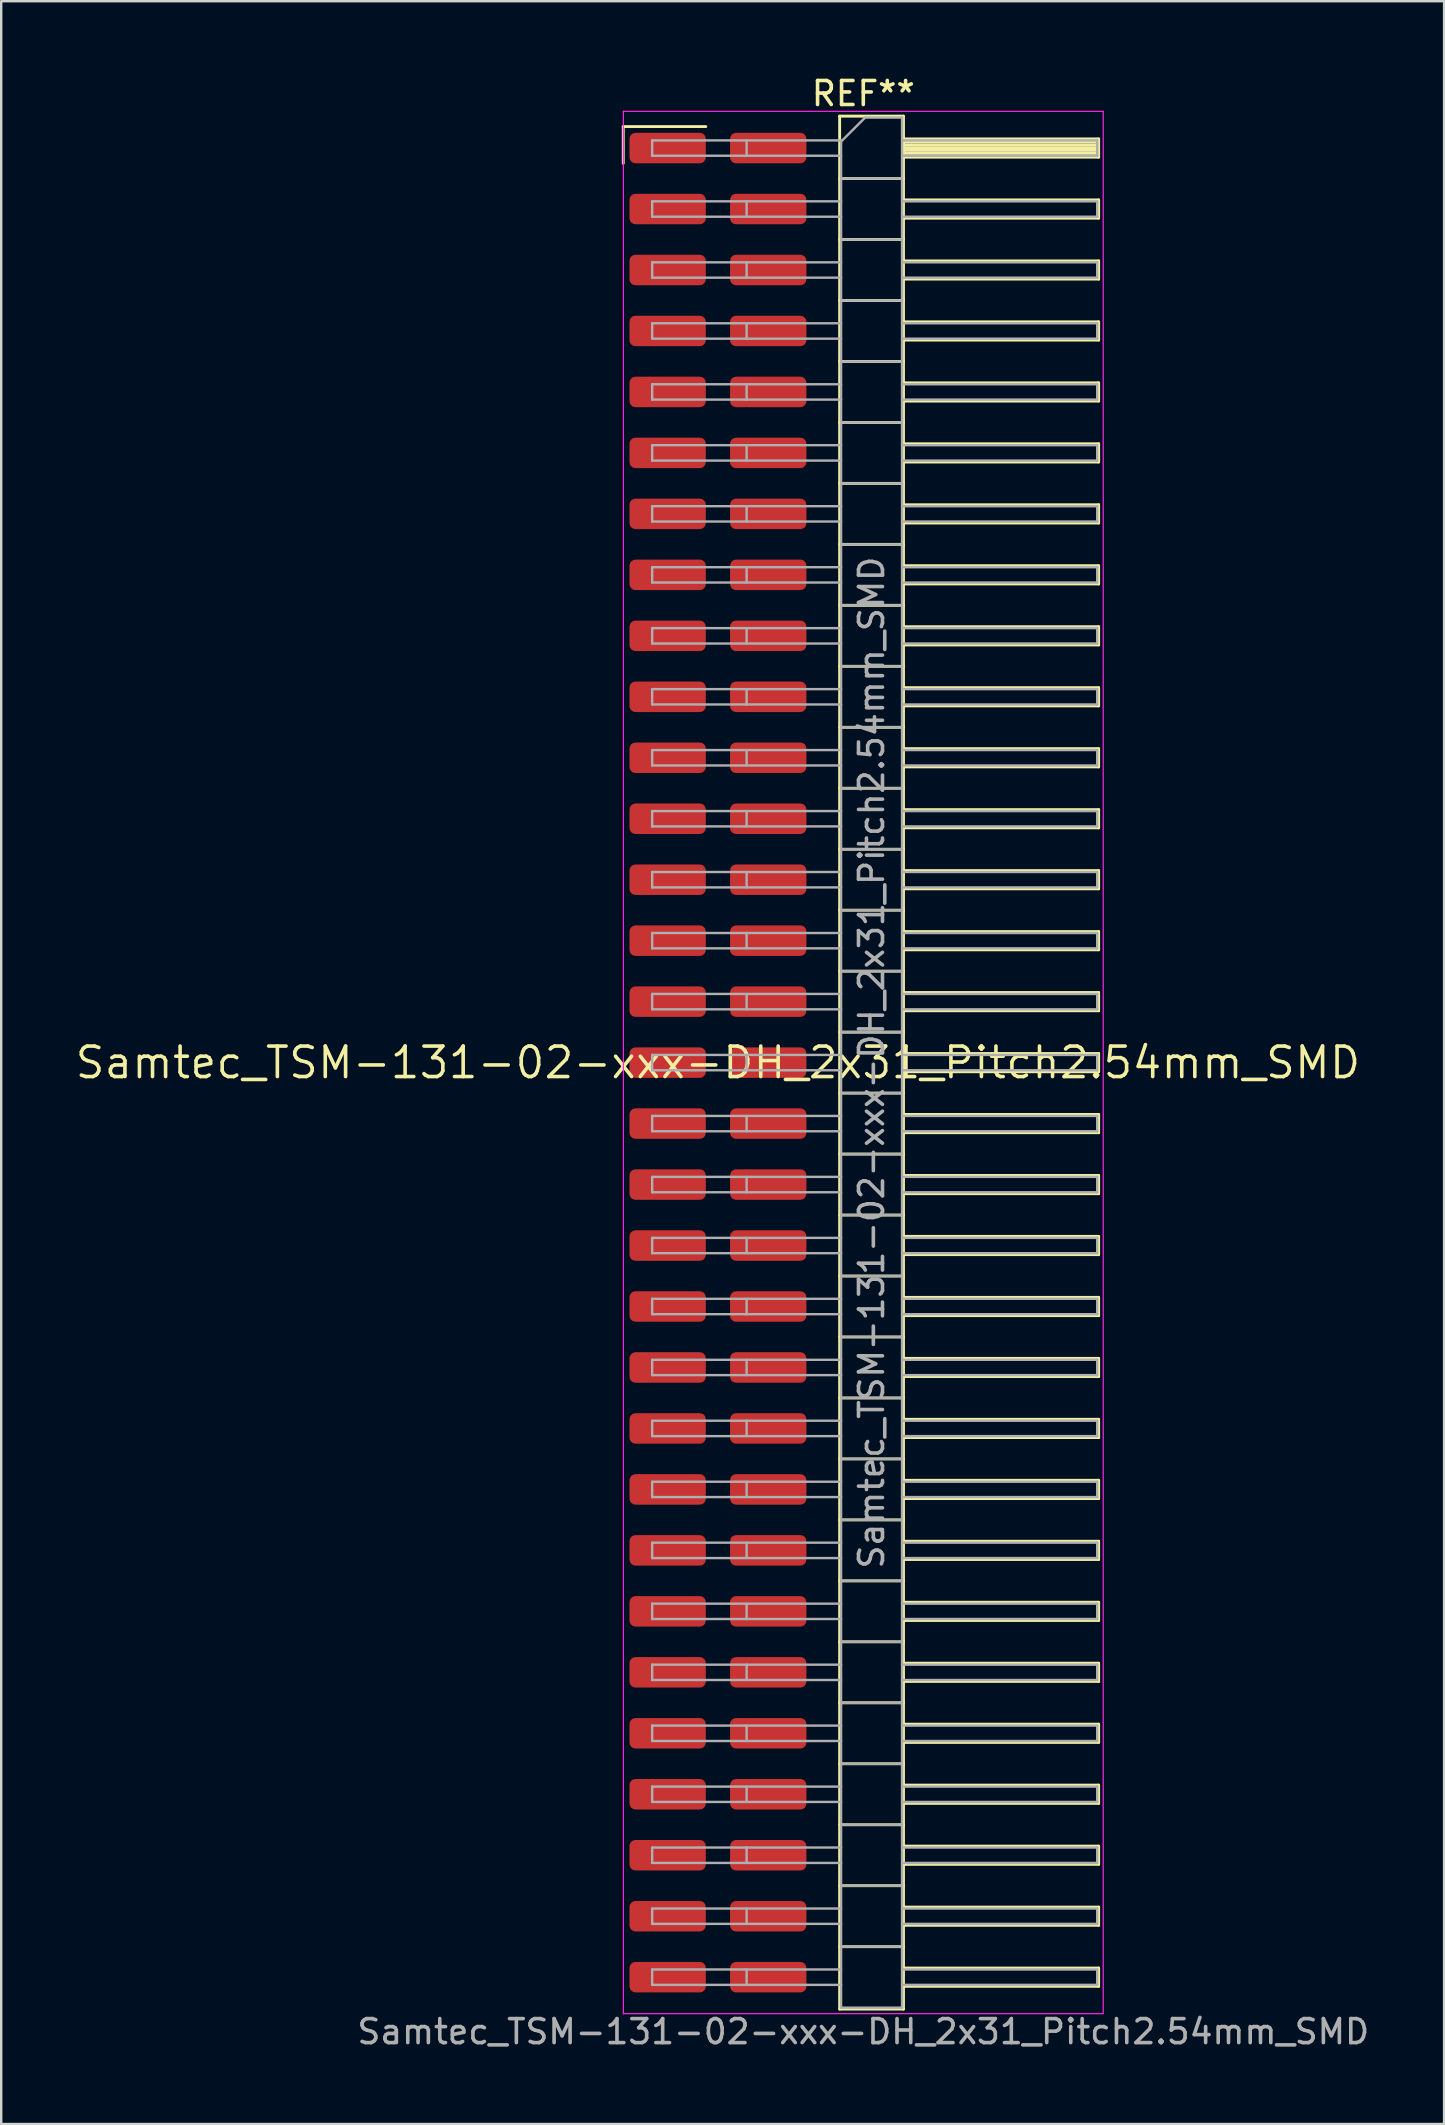
<source format=kicad_pcb>
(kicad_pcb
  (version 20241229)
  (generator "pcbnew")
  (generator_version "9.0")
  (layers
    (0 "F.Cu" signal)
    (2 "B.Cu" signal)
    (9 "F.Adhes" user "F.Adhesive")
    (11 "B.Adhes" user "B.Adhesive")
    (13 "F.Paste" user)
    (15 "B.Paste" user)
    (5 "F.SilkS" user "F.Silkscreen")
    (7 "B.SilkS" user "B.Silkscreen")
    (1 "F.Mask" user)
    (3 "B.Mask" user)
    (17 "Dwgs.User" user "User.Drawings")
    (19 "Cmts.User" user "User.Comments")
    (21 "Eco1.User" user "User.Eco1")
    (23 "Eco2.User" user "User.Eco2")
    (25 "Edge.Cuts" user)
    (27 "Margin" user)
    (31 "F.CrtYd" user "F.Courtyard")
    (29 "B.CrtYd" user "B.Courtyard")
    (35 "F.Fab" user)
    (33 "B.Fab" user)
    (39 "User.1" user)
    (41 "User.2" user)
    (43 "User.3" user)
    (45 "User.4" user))
  (footprint "Samtec_TSM-131-02-xxx-DH_2x31_Pitch2.54mm_SMD"
    (layer "F.Cu")
    (at 26.859 41.218)
    (property "Reference" "Samtec_TSM-131-02-xxx-DH_2x31_Pitch2.54mm_SMD" (at 0 0 0) (layer "F.SilkS") (effects (font (size 1.27 1.27) (thickness 0.15))))
    (attr smd)
    (fp_line (start -3.945 -38.995) (end -0.505 -38.995) (stroke (width 0.12) (type solid)) (layer "F.SilkS"))
    (fp_line (start -3.945 -37.465) (end -3.945 -38.995) (stroke (width 0.12) (type solid)) (layer "F.SilkS"))
    (fp_line (start 5.07 -39.43) (end 7.73 -39.43) (stroke (width 0.12) (type solid)) (layer "F.SilkS"))
    (fp_line (start 5.07 -36.83) (end 7.73 -36.83) (stroke (width 0.12) (type solid)) (layer "F.SilkS"))
    (fp_line (start 5.07 -34.29) (end 7.73 -34.29) (stroke (width 0.12) (type solid)) (layer "F.SilkS"))
    (fp_line (start 5.07 -31.75) (end 7.73 -31.75) (stroke (width 0.12) (type solid)) (layer "F.SilkS"))
    (fp_line (start 5.07 -29.21) (end 7.73 -29.21) (stroke (width 0.12) (type solid)) (layer "F.SilkS"))
    (fp_line (start 5.07 -26.67) (end 7.73 -26.67) (stroke (width 0.12) (type solid)) (layer "F.SilkS"))
    (fp_line (start 5.07 -24.13) (end 7.73 -24.13) (stroke (width 0.12) (type solid)) (layer "F.SilkS"))
    (fp_line (start 5.07 -21.59) (end 7.73 -21.59) (stroke (width 0.12) (type solid)) (layer "F.SilkS"))
    (fp_line (start 5.07 -19.05) (end 7.73 -19.05) (stroke (width 0.12) (type solid)) (layer "F.SilkS"))
    (fp_line (start 5.07 -16.51) (end 7.73 -16.51) (stroke (width 0.12) (type solid)) (layer "F.SilkS"))
    (fp_line (start 5.07 -13.97) (end 7.73 -13.97) (stroke (width 0.12) (type solid)) (layer "F.SilkS"))
    (fp_line (start 5.07 -11.43) (end 7.73 -11.43) (stroke (width 0.12) (type solid)) (layer "F.SilkS"))
    (fp_line (start 5.07 -8.89) (end 7.73 -8.89) (stroke (width 0.12) (type solid)) (layer "F.SilkS"))
    (fp_line (start 5.07 -6.35) (end 7.73 -6.35) (stroke (width 0.12) (type solid)) (layer "F.SilkS"))
    (fp_line (start 5.07 -3.81) (end 7.73 -3.81) (stroke (width 0.12) (type solid)) (layer "F.SilkS"))
    (fp_line (start 5.07 -1.27) (end 7.73 -1.27) (stroke (width 0.12) (type solid)) (layer "F.SilkS"))
    (fp_line (start 5.07 1.27) (end 7.73 1.27) (stroke (width 0.12) (type solid)) (layer "F.SilkS"))
    (fp_line (start 5.07 3.81) (end 7.73 3.81) (stroke (width 0.12) (type solid)) (layer "F.SilkS"))
    (fp_line (start 5.07 6.35) (end 7.73 6.35) (stroke (width 0.12) (type solid)) (layer "F.SilkS"))
    (fp_line (start 5.07 8.89) (end 7.73 8.89) (stroke (width 0.12) (type solid)) (layer "F.SilkS"))
    (fp_line (start 5.07 11.43) (end 7.73 11.43) (stroke (width 0.12) (type solid)) (layer "F.SilkS"))
    (fp_line (start 5.07 13.97) (end 7.73 13.97) (stroke (width 0.12) (type solid)) (layer "F.SilkS"))
    (fp_line (start 5.07 16.51) (end 7.73 16.51) (stroke (width 0.12) (type solid)) (layer "F.SilkS"))
    (fp_line (start 5.07 19.05) (end 7.73 19.05) (stroke (width 0.12) (type solid)) (layer "F.SilkS"))
    (fp_line (start 5.07 21.59) (end 7.73 21.59) (stroke (width 0.12) (type solid)) (layer "F.SilkS"))
    (fp_line (start 5.07 24.13) (end 7.73 24.13) (stroke (width 0.12) (type solid)) (layer "F.SilkS"))
    (fp_line (start 5.07 26.67) (end 7.73 26.67) (stroke (width 0.12) (type solid)) (layer "F.SilkS"))
    (fp_line (start 5.07 29.21) (end 7.73 29.21) (stroke (width 0.12) (type solid)) (layer "F.SilkS"))
    (fp_line (start 5.07 31.75) (end 7.73 31.75) (stroke (width 0.12) (type solid)) (layer "F.SilkS"))
    (fp_line (start 5.07 34.29) (end 7.73 34.29) (stroke (width 0.12) (type solid)) (layer "F.SilkS"))
    (fp_line (start 5.07 36.83) (end 7.73 36.83) (stroke (width 0.12) (type solid)) (layer "F.SilkS"))
    (fp_line (start 5.07 39.43) (end 5.07 -39.43) (stroke (width 0.12) (type solid)) (layer "F.SilkS"))
    (fp_line (start 7.73 -39.43) (end 7.73 39.43) (stroke (width 0.12) (type solid)) (layer "F.SilkS"))
    (fp_line (start 7.73 -38.48) (end 15.86 -38.48) (stroke (width 0.12) (type solid)) (layer "F.SilkS"))
    (fp_line (start 7.73 -38.36) (end 15.86 -38.36) (stroke (width 0.12) (type solid)) (layer "F.SilkS"))
    (fp_line (start 7.73 -38.24) (end 15.86 -38.24) (stroke (width 0.12) (type solid)) (layer "F.SilkS"))
    (fp_line (start 7.73 -38.12) (end 15.86 -38.12) (stroke (width 0.12) (type solid)) (layer "F.SilkS"))
    (fp_line (start 7.73 -38) (end 15.86 -38) (stroke (width 0.12) (type solid)) (layer "F.SilkS"))
    (fp_line (start 7.73 -37.88) (end 15.86 -37.88) (stroke (width 0.12) (type solid)) (layer "F.SilkS"))
    (fp_line (start 7.73 -37.76) (end 15.86 -37.76) (stroke (width 0.12) (type solid)) (layer "F.SilkS"))
    (fp_line (start 7.73 -37.72) (end 15.86 -37.72) (stroke (width 0.12) (type solid)) (layer "F.SilkS"))
    (fp_line (start 7.73 -35.94) (end 15.86 -35.94) (stroke (width 0.12) (type solid)) (layer "F.SilkS"))
    (fp_line (start 7.73 -35.18) (end 15.86 -35.18) (stroke (width 0.12) (type solid)) (layer "F.SilkS"))
    (fp_line (start 7.73 -33.4) (end 15.86 -33.4) (stroke (width 0.12) (type solid)) (layer "F.SilkS"))
    (fp_line (start 7.73 -32.64) (end 15.86 -32.64) (stroke (width 0.12) (type solid)) (layer "F.SilkS"))
    (fp_line (start 7.73 -30.86) (end 15.86 -30.86) (stroke (width 0.12) (type solid)) (layer "F.SilkS"))
    (fp_line (start 7.73 -30.1) (end 15.86 -30.1) (stroke (width 0.12) (type solid)) (layer "F.SilkS"))
    (fp_line (start 7.73 -28.32) (end 15.86 -28.32) (stroke (width 0.12) (type solid)) (layer "F.SilkS"))
    (fp_line (start 7.73 -27.56) (end 15.86 -27.56) (stroke (width 0.12) (type solid)) (layer "F.SilkS"))
    (fp_line (start 7.73 -25.78) (end 15.86 -25.78) (stroke (width 0.12) (type solid)) (layer "F.SilkS"))
    (fp_line (start 7.73 -25.02) (end 15.86 -25.02) (stroke (width 0.12) (type solid)) (layer "F.SilkS"))
    (fp_line (start 7.73 -23.24) (end 15.86 -23.24) (stroke (width 0.12) (type solid)) (layer "F.SilkS"))
    (fp_line (start 7.73 -22.48) (end 15.86 -22.48) (stroke (width 0.12) (type solid)) (layer "F.SilkS"))
    (fp_line (start 7.73 -20.7) (end 15.86 -20.7) (stroke (width 0.12) (type solid)) (layer "F.SilkS"))
    (fp_line (start 7.73 -19.94) (end 15.86 -19.94) (stroke (width 0.12) (type solid)) (layer "F.SilkS"))
    (fp_line (start 7.73 -18.16) (end 15.86 -18.16) (stroke (width 0.12) (type solid)) (layer "F.SilkS"))
    (fp_line (start 7.73 -17.4) (end 15.86 -17.4) (stroke (width 0.12) (type solid)) (layer "F.SilkS"))
    (fp_line (start 7.73 -15.62) (end 15.86 -15.62) (stroke (width 0.12) (type solid)) (layer "F.SilkS"))
    (fp_line (start 7.73 -14.86) (end 15.86 -14.86) (stroke (width 0.12) (type solid)) (layer "F.SilkS"))
    (fp_line (start 7.73 -13.08) (end 15.86 -13.08) (stroke (width 0.12) (type solid)) (layer "F.SilkS"))
    (fp_line (start 7.73 -12.32) (end 15.86 -12.32) (stroke (width 0.12) (type solid)) (layer "F.SilkS"))
    (fp_line (start 7.73 -10.54) (end 15.86 -10.54) (stroke (width 0.12) (type solid)) (layer "F.SilkS"))
    (fp_line (start 7.73 -9.78) (end 15.86 -9.78) (stroke (width 0.12) (type solid)) (layer "F.SilkS"))
    (fp_line (start 7.73 -8) (end 15.86 -8) (stroke (width 0.12) (type solid)) (layer "F.SilkS"))
    (fp_line (start 7.73 -7.24) (end 15.86 -7.24) (stroke (width 0.12) (type solid)) (layer "F.SilkS"))
    (fp_line (start 7.73 -5.46) (end 15.86 -5.46) (stroke (width 0.12) (type solid)) (layer "F.SilkS"))
    (fp_line (start 7.73 -4.7) (end 15.86 -4.7) (stroke (width 0.12) (type solid)) (layer "F.SilkS"))
    (fp_line (start 7.73 -2.92) (end 15.86 -2.92) (stroke (width 0.12) (type solid)) (layer "F.SilkS"))
    (fp_line (start 7.73 -2.16) (end 15.86 -2.16) (stroke (width 0.12) (type solid)) (layer "F.SilkS"))
    (fp_line (start 7.73 -0.38) (end 15.86 -0.38) (stroke (width 0.12) (type solid)) (layer "F.SilkS"))
    (fp_line (start 7.73 0.38) (end 15.86 0.38) (stroke (width 0.12) (type solid)) (layer "F.SilkS"))
    (fp_line (start 7.73 2.16) (end 15.86 2.16) (stroke (width 0.12) (type solid)) (layer "F.SilkS"))
    (fp_line (start 7.73 2.92) (end 15.86 2.92) (stroke (width 0.12) (type solid)) (layer "F.SilkS"))
    (fp_line (start 7.73 4.7) (end 15.86 4.7) (stroke (width 0.12) (type solid)) (layer "F.SilkS"))
    (fp_line (start 7.73 5.46) (end 15.86 5.46) (stroke (width 0.12) (type solid)) (layer "F.SilkS"))
    (fp_line (start 7.73 7.24) (end 15.86 7.24) (stroke (width 0.12) (type solid)) (layer "F.SilkS"))
    (fp_line (start 7.73 8) (end 15.86 8) (stroke (width 0.12) (type solid)) (layer "F.SilkS"))
    (fp_line (start 7.73 9.78) (end 15.86 9.78) (stroke (width 0.12) (type solid)) (layer "F.SilkS"))
    (fp_line (start 7.73 10.54) (end 15.86 10.54) (stroke (width 0.12) (type solid)) (layer "F.SilkS"))
    (fp_line (start 7.73 12.32) (end 15.86 12.32) (stroke (width 0.12) (type solid)) (layer "F.SilkS"))
    (fp_line (start 7.73 13.08) (end 15.86 13.08) (stroke (width 0.12) (type solid)) (layer "F.SilkS"))
    (fp_line (start 7.73 14.86) (end 15.86 14.86) (stroke (width 0.12) (type solid)) (layer "F.SilkS"))
    (fp_line (start 7.73 15.62) (end 15.86 15.62) (stroke (width 0.12) (type solid)) (layer "F.SilkS"))
    (fp_line (start 7.73 17.4) (end 15.86 17.4) (stroke (width 0.12) (type solid)) (layer "F.SilkS"))
    (fp_line (start 7.73 18.16) (end 15.86 18.16) (stroke (width 0.12) (type solid)) (layer "F.SilkS"))
    (fp_line (start 7.73 19.94) (end 15.86 19.94) (stroke (width 0.12) (type solid)) (layer "F.SilkS"))
    (fp_line (start 7.73 20.7) (end 15.86 20.7) (stroke (width 0.12) (type solid)) (layer "F.SilkS"))
    (fp_line (start 7.73 22.48) (end 15.86 22.48) (stroke (width 0.12) (type solid)) (layer "F.SilkS"))
    (fp_line (start 7.73 23.24) (end 15.86 23.24) (stroke (width 0.12) (type solid)) (layer "F.SilkS"))
    (fp_line (start 7.73 25.02) (end 15.86 25.02) (stroke (width 0.12) (type solid)) (layer "F.SilkS"))
    (fp_line (start 7.73 25.78) (end 15.86 25.78) (stroke (width 0.12) (type solid)) (layer "F.SilkS"))
    (fp_line (start 7.73 27.56) (end 15.86 27.56) (stroke (width 0.12) (type solid)) (layer "F.SilkS"))
    (fp_line (start 7.73 28.32) (end 15.86 28.32) (stroke (width 0.12) (type solid)) (layer "F.SilkS"))
    (fp_line (start 7.73 30.1) (end 15.86 30.1) (stroke (width 0.12) (type solid)) (layer "F.SilkS"))
    (fp_line (start 7.73 30.86) (end 15.86 30.86) (stroke (width 0.12) (type solid)) (layer "F.SilkS"))
    (fp_line (start 7.73 32.64) (end 15.86 32.64) (stroke (width 0.12) (type solid)) (layer "F.SilkS"))
    (fp_line (start 7.73 33.4) (end 15.86 33.4) (stroke (width 0.12) (type solid)) (layer "F.SilkS"))
    (fp_line (start 7.73 35.18) (end 15.86 35.18) (stroke (width 0.12) (type solid)) (layer "F.SilkS"))
    (fp_line (start 7.73 35.94) (end 15.86 35.94) (stroke (width 0.12) (type solid)) (layer "F.SilkS"))
    (fp_line (start 7.73 37.72) (end 15.86 37.72) (stroke (width 0.12) (type solid)) (layer "F.SilkS"))
    (fp_line (start 7.73 38.48) (end 15.86 38.48) (stroke (width 0.12) (type solid)) (layer "F.SilkS"))
    (fp_line (start 7.73 39.43) (end 5.07 39.43) (stroke (width 0.12) (type solid)) (layer "F.SilkS"))
    (fp_line (start 15.86 -38.48) (end 15.86 -37.72) (stroke (width 0.12) (type solid)) (layer "F.SilkS"))
    (fp_line (start 15.86 -35.94) (end 15.86 -35.18) (stroke (width 0.12) (type solid)) (layer "F.SilkS"))
    (fp_line (start 15.86 -33.4) (end 15.86 -32.64) (stroke (width 0.12) (type solid)) (layer "F.SilkS"))
    (fp_line (start 15.86 -30.86) (end 15.86 -30.1) (stroke (width 0.12) (type solid)) (layer "F.SilkS"))
    (fp_line (start 15.86 -28.32) (end 15.86 -27.56) (stroke (width 0.12) (type solid)) (layer "F.SilkS"))
    (fp_line (start 15.86 -25.78) (end 15.86 -25.02) (stroke (width 0.12) (type solid)) (layer "F.SilkS"))
    (fp_line (start 15.86 -23.24) (end 15.86 -22.48) (stroke (width 0.12) (type solid)) (layer "F.SilkS"))
    (fp_line (start 15.86 -20.7) (end 15.86 -19.94) (stroke (width 0.12) (type solid)) (layer "F.SilkS"))
    (fp_line (start 15.86 -18.16) (end 15.86 -17.4) (stroke (width 0.12) (type solid)) (layer "F.SilkS"))
    (fp_line (start 15.86 -15.62) (end 15.86 -14.86) (stroke (width 0.12) (type solid)) (layer "F.SilkS"))
    (fp_line (start 15.86 -13.08) (end 15.86 -12.32) (stroke (width 0.12) (type solid)) (layer "F.SilkS"))
    (fp_line (start 15.86 -10.54) (end 15.86 -9.78) (stroke (width 0.12) (type solid)) (layer "F.SilkS"))
    (fp_line (start 15.86 -8) (end 15.86 -7.24) (stroke (width 0.12) (type solid)) (layer "F.SilkS"))
    (fp_line (start 15.86 -5.46) (end 15.86 -4.7) (stroke (width 0.12) (type solid)) (layer "F.SilkS"))
    (fp_line (start 15.86 -2.92) (end 15.86 -2.16) (stroke (width 0.12) (type solid)) (layer "F.SilkS"))
    (fp_line (start 15.86 -0.38) (end 15.86 0.38) (stroke (width 0.12) (type solid)) (layer "F.SilkS"))
    (fp_line (start 15.86 2.16) (end 15.86 2.92) (stroke (width 0.12) (type solid)) (layer "F.SilkS"))
    (fp_line (start 15.86 4.7) (end 15.86 5.46) (stroke (width 0.12) (type solid)) (layer "F.SilkS"))
    (fp_line (start 15.86 7.24) (end 15.86 8) (stroke (width 0.12) (type solid)) (layer "F.SilkS"))
    (fp_line (start 15.86 9.78) (end 15.86 10.54) (stroke (width 0.12) (type solid)) (layer "F.SilkS"))
    (fp_line (start 15.86 12.32) (end 15.86 13.08) (stroke (width 0.12) (type solid)) (layer "F.SilkS"))
    (fp_line (start 15.86 14.86) (end 15.86 15.62) (stroke (width 0.12) (type solid)) (layer "F.SilkS"))
    (fp_line (start 15.86 17.4) (end 15.86 18.16) (stroke (width 0.12) (type solid)) (layer "F.SilkS"))
    (fp_line (start 15.86 19.94) (end 15.86 20.7) (stroke (width 0.12) (type solid)) (layer "F.SilkS"))
    (fp_line (start 15.86 22.48) (end 15.86 23.24) (stroke (width 0.12) (type solid)) (layer "F.SilkS"))
    (fp_line (start 15.86 25.02) (end 15.86 25.78) (stroke (width 0.12) (type solid)) (layer "F.SilkS"))
    (fp_line (start 15.86 27.56) (end 15.86 28.32) (stroke (width 0.12) (type solid)) (layer "F.SilkS"))
    (fp_line (start 15.86 30.1) (end 15.86 30.86) (stroke (width 0.12) (type solid)) (layer "F.SilkS"))
    (fp_line (start 15.86 32.64) (end 15.86 33.4) (stroke (width 0.12) (type solid)) (layer "F.SilkS"))
    (fp_line (start 15.86 35.18) (end 15.86 35.94) (stroke (width 0.12) (type solid)) (layer "F.SilkS"))
    (fp_line (start 15.86 37.72) (end 15.86 38.48) (stroke (width 0.12) (type solid)) (layer "F.SilkS"))
    (fp_line (start -3.94 -39.63) (end 16.05 -39.63) (stroke (width 0.05) (type solid)) (layer "F.CrtYd"))
    (fp_line (start -3.94 39.62) (end -3.94 -39.63) (stroke (width 0.05) (type solid)) (layer "F.CrtYd"))
    (fp_line (start 16.05 -39.63) (end 16.05 39.62) (stroke (width 0.05) (type solid)) (layer "F.CrtYd"))
    (fp_line (start 16.05 39.62) (end -3.94 39.62) (stroke (width 0.05) (type solid)) (layer "F.CrtYd"))
    (fp_line (start -2.74 -38.42) (end -2.74 -37.78) (stroke (width 0.1) (type solid)) (layer "F.Fab"))
    (fp_line (start -2.74 -38.42) (end 5.13 -38.42) (stroke (width 0.1) (type solid)) (layer "F.Fab"))
    (fp_line (start -2.74 -37.78) (end 5.13 -37.78) (stroke (width 0.1) (type solid)) (layer "F.Fab"))
    (fp_line (start -2.74 -35.88) (end -2.74 -35.24) (stroke (width 0.1) (type solid)) (layer "F.Fab"))
    (fp_line (start -2.74 -35.88) (end 5.13 -35.88) (stroke (width 0.1) (type solid)) (layer "F.Fab"))
    (fp_line (start -2.74 -35.24) (end 5.13 -35.24) (stroke (width 0.1) (type solid)) (layer "F.Fab"))
    (fp_line (start -2.74 -33.34) (end -2.74 -32.7) (stroke (width 0.1) (type solid)) (layer "F.Fab"))
    (fp_line (start -2.74 -33.34) (end 5.13 -33.34) (stroke (width 0.1) (type solid)) (layer "F.Fab"))
    (fp_line (start -2.74 -32.7) (end 5.13 -32.7) (stroke (width 0.1) (type solid)) (layer "F.Fab"))
    (fp_line (start -2.74 -30.8) (end -2.74 -30.16) (stroke (width 0.1) (type solid)) (layer "F.Fab"))
    (fp_line (start -2.74 -30.8) (end 5.13 -30.8) (stroke (width 0.1) (type solid)) (layer "F.Fab"))
    (fp_line (start -2.74 -30.16) (end 5.13 -30.16) (stroke (width 0.1) (type solid)) (layer "F.Fab"))
    (fp_line (start -2.74 -28.26) (end -2.74 -27.62) (stroke (width 0.1) (type solid)) (layer "F.Fab"))
    (fp_line (start -2.74 -28.26) (end 5.13 -28.26) (stroke (width 0.1) (type solid)) (layer "F.Fab"))
    (fp_line (start -2.74 -27.62) (end 5.13 -27.62) (stroke (width 0.1) (type solid)) (layer "F.Fab"))
    (fp_line (start -2.74 -25.72) (end -2.74 -25.08) (stroke (width 0.1) (type solid)) (layer "F.Fab"))
    (fp_line (start -2.74 -25.72) (end 5.13 -25.72) (stroke (width 0.1) (type solid)) (layer "F.Fab"))
    (fp_line (start -2.74 -25.08) (end 5.13 -25.08) (stroke (width 0.1) (type solid)) (layer "F.Fab"))
    (fp_line (start -2.74 -23.18) (end -2.74 -22.54) (stroke (width 0.1) (type solid)) (layer "F.Fab"))
    (fp_line (start -2.74 -23.18) (end 5.13 -23.18) (stroke (width 0.1) (type solid)) (layer "F.Fab"))
    (fp_line (start -2.74 -22.54) (end 5.13 -22.54) (stroke (width 0.1) (type solid)) (layer "F.Fab"))
    (fp_line (start -2.74 -20.64) (end -2.74 -20) (stroke (width 0.1) (type solid)) (layer "F.Fab"))
    (fp_line (start -2.74 -20.64) (end 5.13 -20.64) (stroke (width 0.1) (type solid)) (layer "F.Fab"))
    (fp_line (start -2.74 -20) (end 5.13 -20) (stroke (width 0.1) (type solid)) (layer "F.Fab"))
    (fp_line (start -2.74 -18.1) (end -2.74 -17.46) (stroke (width 0.1) (type solid)) (layer "F.Fab"))
    (fp_line (start -2.74 -18.1) (end 5.13 -18.1) (stroke (width 0.1) (type solid)) (layer "F.Fab"))
    (fp_line (start -2.74 -17.46) (end 5.13 -17.46) (stroke (width 0.1) (type solid)) (layer "F.Fab"))
    (fp_line (start -2.74 -15.56) (end -2.74 -14.92) (stroke (width 0.1) (type solid)) (layer "F.Fab"))
    (fp_line (start -2.74 -15.56) (end 5.13 -15.56) (stroke (width 0.1) (type solid)) (layer "F.Fab"))
    (fp_line (start -2.74 -14.92) (end 5.13 -14.92) (stroke (width 0.1) (type solid)) (layer "F.Fab"))
    (fp_line (start -2.74 -13.02) (end -2.74 -12.38) (stroke (width 0.1) (type solid)) (layer "F.Fab"))
    (fp_line (start -2.74 -13.02) (end 5.13 -13.02) (stroke (width 0.1) (type solid)) (layer "F.Fab"))
    (fp_line (start -2.74 -12.38) (end 5.13 -12.38) (stroke (width 0.1) (type solid)) (layer "F.Fab"))
    (fp_line (start -2.74 -10.48) (end -2.74 -9.84) (stroke (width 0.1) (type solid)) (layer "F.Fab"))
    (fp_line (start -2.74 -10.48) (end 5.13 -10.48) (stroke (width 0.1) (type solid)) (layer "F.Fab"))
    (fp_line (start -2.74 -9.84) (end 5.13 -9.84) (stroke (width 0.1) (type solid)) (layer "F.Fab"))
    (fp_line (start -2.74 -7.94) (end -2.74 -7.3) (stroke (width 0.1) (type solid)) (layer "F.Fab"))
    (fp_line (start -2.74 -7.94) (end 5.13 -7.94) (stroke (width 0.1) (type solid)) (layer "F.Fab"))
    (fp_line (start -2.74 -7.3) (end 5.13 -7.3) (stroke (width 0.1) (type solid)) (layer "F.Fab"))
    (fp_line (start -2.74 -5.4) (end -2.74 -4.76) (stroke (width 0.1) (type solid)) (layer "F.Fab"))
    (fp_line (start -2.74 -5.4) (end 5.13 -5.4) (stroke (width 0.1) (type solid)) (layer "F.Fab"))
    (fp_line (start -2.74 -4.76) (end 5.13 -4.76) (stroke (width 0.1) (type solid)) (layer "F.Fab"))
    (fp_line (start -2.74 -2.86) (end -2.74 -2.22) (stroke (width 0.1) (type solid)) (layer "F.Fab"))
    (fp_line (start -2.74 -2.86) (end 5.13 -2.86) (stroke (width 0.1) (type solid)) (layer "F.Fab"))
    (fp_line (start -2.74 -2.22) (end 5.13 -2.22) (stroke (width 0.1) (type solid)) (layer "F.Fab"))
    (fp_line (start -2.74 -0.32) (end -2.74 0.32) (stroke (width 0.1) (type solid)) (layer "F.Fab"))
    (fp_line (start -2.74 -0.32) (end 5.13 -0.32) (stroke (width 0.1) (type solid)) (layer "F.Fab"))
    (fp_line (start -2.74 0.32) (end 5.13 0.32) (stroke (width 0.1) (type solid)) (layer "F.Fab"))
    (fp_line (start -2.74 2.22) (end -2.74 2.86) (stroke (width 0.1) (type solid)) (layer "F.Fab"))
    (fp_line (start -2.74 2.22) (end 5.13 2.22) (stroke (width 0.1) (type solid)) (layer "F.Fab"))
    (fp_line (start -2.74 2.86) (end 5.13 2.86) (stroke (width 0.1) (type solid)) (layer "F.Fab"))
    (fp_line (start -2.74 4.76) (end -2.74 5.4) (stroke (width 0.1) (type solid)) (layer "F.Fab"))
    (fp_line (start -2.74 4.76) (end 5.13 4.76) (stroke (width 0.1) (type solid)) (layer "F.Fab"))
    (fp_line (start -2.74 5.4) (end 5.13 5.4) (stroke (width 0.1) (type solid)) (layer "F.Fab"))
    (fp_line (start -2.74 7.3) (end -2.74 7.94) (stroke (width 0.1) (type solid)) (layer "F.Fab"))
    (fp_line (start -2.74 7.3) (end 5.13 7.3) (stroke (width 0.1) (type solid)) (layer "F.Fab"))
    (fp_line (start -2.74 7.94) (end 5.13 7.94) (stroke (width 0.1) (type solid)) (layer "F.Fab"))
    (fp_line (start -2.74 9.84) (end -2.74 10.48) (stroke (width 0.1) (type solid)) (layer "F.Fab"))
    (fp_line (start -2.74 9.84) (end 5.13 9.84) (stroke (width 0.1) (type solid)) (layer "F.Fab"))
    (fp_line (start -2.74 10.48) (end 5.13 10.48) (stroke (width 0.1) (type solid)) (layer "F.Fab"))
    (fp_line (start -2.74 12.38) (end -2.74 13.02) (stroke (width 0.1) (type solid)) (layer "F.Fab"))
    (fp_line (start -2.74 12.38) (end 5.13 12.38) (stroke (width 0.1) (type solid)) (layer "F.Fab"))
    (fp_line (start -2.74 13.02) (end 5.13 13.02) (stroke (width 0.1) (type solid)) (layer "F.Fab"))
    (fp_line (start -2.74 14.92) (end -2.74 15.56) (stroke (width 0.1) (type solid)) (layer "F.Fab"))
    (fp_line (start -2.74 14.92) (end 5.13 14.92) (stroke (width 0.1) (type solid)) (layer "F.Fab"))
    (fp_line (start -2.74 15.56) (end 5.13 15.56) (stroke (width 0.1) (type solid)) (layer "F.Fab"))
    (fp_line (start -2.74 17.46) (end -2.74 18.1) (stroke (width 0.1) (type solid)) (layer "F.Fab"))
    (fp_line (start -2.74 17.46) (end 5.13 17.46) (stroke (width 0.1) (type solid)) (layer "F.Fab"))
    (fp_line (start -2.74 18.1) (end 5.13 18.1) (stroke (width 0.1) (type solid)) (layer "F.Fab"))
    (fp_line (start -2.74 20) (end -2.74 20.64) (stroke (width 0.1) (type solid)) (layer "F.Fab"))
    (fp_line (start -2.74 20) (end 5.13 20) (stroke (width 0.1) (type solid)) (layer "F.Fab"))
    (fp_line (start -2.74 20.64) (end 5.13 20.64) (stroke (width 0.1) (type solid)) (layer "F.Fab"))
    (fp_line (start -2.74 22.54) (end -2.74 23.18) (stroke (width 0.1) (type solid)) (layer "F.Fab"))
    (fp_line (start -2.74 22.54) (end 5.13 22.54) (stroke (width 0.1) (type solid)) (layer "F.Fab"))
    (fp_line (start -2.74 23.18) (end 5.13 23.18) (stroke (width 0.1) (type solid)) (layer "F.Fab"))
    (fp_line (start -2.74 25.08) (end -2.74 25.72) (stroke (width 0.1) (type solid)) (layer "F.Fab"))
    (fp_line (start -2.74 25.08) (end 5.13 25.08) (stroke (width 0.1) (type solid)) (layer "F.Fab"))
    (fp_line (start -2.74 25.72) (end 5.13 25.72) (stroke (width 0.1) (type solid)) (layer "F.Fab"))
    (fp_line (start -2.74 27.62) (end -2.74 28.26) (stroke (width 0.1) (type solid)) (layer "F.Fab"))
    (fp_line (start -2.74 27.62) (end 5.13 27.62) (stroke (width 0.1) (type solid)) (layer "F.Fab"))
    (fp_line (start -2.74 28.26) (end 5.13 28.26) (stroke (width 0.1) (type solid)) (layer "F.Fab"))
    (fp_line (start -2.74 30.16) (end -2.74 30.8) (stroke (width 0.1) (type solid)) (layer "F.Fab"))
    (fp_line (start -2.74 30.16) (end 5.13 30.16) (stroke (width 0.1) (type solid)) (layer "F.Fab"))
    (fp_line (start -2.74 30.8) (end 5.13 30.8) (stroke (width 0.1) (type solid)) (layer "F.Fab"))
    (fp_line (start -2.74 32.7) (end -2.74 33.34) (stroke (width 0.1) (type solid)) (layer "F.Fab"))
    (fp_line (start -2.74 32.7) (end 5.13 32.7) (stroke (width 0.1) (type solid)) (layer "F.Fab"))
    (fp_line (start -2.74 33.34) (end 5.13 33.34) (stroke (width 0.1) (type solid)) (layer "F.Fab"))
    (fp_line (start -2.74 35.24) (end -2.74 35.88) (stroke (width 0.1) (type solid)) (layer "F.Fab"))
    (fp_line (start -2.74 35.24) (end 5.13 35.24) (stroke (width 0.1) (type solid)) (layer "F.Fab"))
    (fp_line (start -2.74 35.88) (end 5.13 35.88) (stroke (width 0.1) (type solid)) (layer "F.Fab"))
    (fp_line (start -2.74 37.78) (end -2.74 38.42) (stroke (width 0.1) (type solid)) (layer "F.Fab"))
    (fp_line (start -2.74 37.78) (end 5.13 37.78) (stroke (width 0.1) (type solid)) (layer "F.Fab"))
    (fp_line (start -2.74 38.42) (end 5.13 38.42) (stroke (width 0.1) (type solid)) (layer "F.Fab"))
    (fp_line (start 1.195 -38.42) (end 1.195 -37.78) (stroke (width 0.1) (type solid)) (layer "F.Fab"))
    (fp_line (start 1.195 -35.88) (end 1.195 -35.24) (stroke (width 0.1) (type solid)) (layer "F.Fab"))
    (fp_line (start 1.195 -33.34) (end 1.195 -32.7) (stroke (width 0.1) (type solid)) (layer "F.Fab"))
    (fp_line (start 1.195 -30.8) (end 1.195 -30.16) (stroke (width 0.1) (type solid)) (layer "F.Fab"))
    (fp_line (start 1.195 -28.26) (end 1.195 -27.62) (stroke (width 0.1) (type solid)) (layer "F.Fab"))
    (fp_line (start 1.195 -25.72) (end 1.195 -25.08) (stroke (width 0.1) (type solid)) (layer "F.Fab"))
    (fp_line (start 1.195 -23.18) (end 1.195 -22.54) (stroke (width 0.1) (type solid)) (layer "F.Fab"))
    (fp_line (start 1.195 -20.64) (end 1.195 -20) (stroke (width 0.1) (type solid)) (layer "F.Fab"))
    (fp_line (start 1.195 -18.1) (end 1.195 -17.46) (stroke (width 0.1) (type solid)) (layer "F.Fab"))
    (fp_line (start 1.195 -15.56) (end 1.195 -14.92) (stroke (width 0.1) (type solid)) (layer "F.Fab"))
    (fp_line (start 1.195 -13.02) (end 1.195 -12.38) (stroke (width 0.1) (type solid)) (layer "F.Fab"))
    (fp_line (start 1.195 -10.48) (end 1.195 -9.84) (stroke (width 0.1) (type solid)) (layer "F.Fab"))
    (fp_line (start 1.195 -7.94) (end 1.195 -7.3) (stroke (width 0.1) (type solid)) (layer "F.Fab"))
    (fp_line (start 1.195 -5.4) (end 1.195 -4.76) (stroke (width 0.1) (type solid)) (layer "F.Fab"))
    (fp_line (start 1.195 -2.86) (end 1.195 -2.22) (stroke (width 0.1) (type solid)) (layer "F.Fab"))
    (fp_line (start 1.195 -0.32) (end 1.195 0.32) (stroke (width 0.1) (type solid)) (layer "F.Fab"))
    (fp_line (start 1.195 2.22) (end 1.195 2.86) (stroke (width 0.1) (type solid)) (layer "F.Fab"))
    (fp_line (start 1.195 4.76) (end 1.195 5.4) (stroke (width 0.1) (type solid)) (layer "F.Fab"))
    (fp_line (start 1.195 7.3) (end 1.195 7.94) (stroke (width 0.1) (type solid)) (layer "F.Fab"))
    (fp_line (start 1.195 9.84) (end 1.195 10.48) (stroke (width 0.1) (type solid)) (layer "F.Fab"))
    (fp_line (start 1.195 12.38) (end 1.195 13.02) (stroke (width 0.1) (type solid)) (layer "F.Fab"))
    (fp_line (start 1.195 14.92) (end 1.195 15.56) (stroke (width 0.1) (type solid)) (layer "F.Fab"))
    (fp_line (start 1.195 17.46) (end 1.195 18.1) (stroke (width 0.1) (type solid)) (layer "F.Fab"))
    (fp_line (start 1.195 20) (end 1.195 20.64) (stroke (width 0.1) (type solid)) (layer "F.Fab"))
    (fp_line (start 1.195 22.54) (end 1.195 23.18) (stroke (width 0.1) (type solid)) (layer "F.Fab"))
    (fp_line (start 1.195 25.08) (end 1.195 25.72) (stroke (width 0.1) (type solid)) (layer "F.Fab"))
    (fp_line (start 1.195 27.62) (end 1.195 28.26) (stroke (width 0.1) (type solid)) (layer "F.Fab"))
    (fp_line (start 1.195 30.16) (end 1.195 30.8) (stroke (width 0.1) (type solid)) (layer "F.Fab"))
    (fp_line (start 1.195 32.7) (end 1.195 33.34) (stroke (width 0.1) (type solid)) (layer "F.Fab"))
    (fp_line (start 1.195 35.24) (end 1.195 35.88) (stroke (width 0.1) (type solid)) (layer "F.Fab"))
    (fp_line (start 1.195 37.78) (end 1.195 38.42) (stroke (width 0.1) (type solid)) (layer "F.Fab"))
    (fp_line (start 5.13 -38.37) (end 6.13 -39.37) (stroke (width 0.1) (type solid)) (layer "F.Fab"))
    (fp_line (start 5.13 -36.83) (end 7.67 -36.83) (stroke (width 0.1) (type solid)) (layer "F.Fab"))
    (fp_line (start 5.13 -34.29) (end 7.67 -34.29) (stroke (width 0.1) (type solid)) (layer "F.Fab"))
    (fp_line (start 5.13 -31.75) (end 7.67 -31.75) (stroke (width 0.1) (type solid)) (layer "F.Fab"))
    (fp_line (start 5.13 -29.21) (end 7.67 -29.21) (stroke (width 0.1) (type solid)) (layer "F.Fab"))
    (fp_line (start 5.13 -26.67) (end 7.67 -26.67) (stroke (width 0.1) (type solid)) (layer "F.Fab"))
    (fp_line (start 5.13 -24.13) (end 7.67 -24.13) (stroke (width 0.1) (type solid)) (layer "F.Fab"))
    (fp_line (start 5.13 -21.59) (end 7.67 -21.59) (stroke (width 0.1) (type solid)) (layer "F.Fab"))
    (fp_line (start 5.13 -19.05) (end 7.67 -19.05) (stroke (width 0.1) (type solid)) (layer "F.Fab"))
    (fp_line (start 5.13 -16.51) (end 7.67 -16.51) (stroke (width 0.1) (type solid)) (layer "F.Fab"))
    (fp_line (start 5.13 -13.97) (end 7.67 -13.97) (stroke (width 0.1) (type solid)) (layer "F.Fab"))
    (fp_line (start 5.13 -11.43) (end 7.67 -11.43) (stroke (width 0.1) (type solid)) (layer "F.Fab"))
    (fp_line (start 5.13 -8.89) (end 7.67 -8.89) (stroke (width 0.1) (type solid)) (layer "F.Fab"))
    (fp_line (start 5.13 -6.35) (end 7.67 -6.35) (stroke (width 0.1) (type solid)) (layer "F.Fab"))
    (fp_line (start 5.13 -3.81) (end 7.67 -3.81) (stroke (width 0.1) (type solid)) (layer "F.Fab"))
    (fp_line (start 5.13 -1.27) (end 7.67 -1.27) (stroke (width 0.1) (type solid)) (layer "F.Fab"))
    (fp_line (start 5.13 1.27) (end 7.67 1.27) (stroke (width 0.1) (type solid)) (layer "F.Fab"))
    (fp_line (start 5.13 3.81) (end 7.67 3.81) (stroke (width 0.1) (type solid)) (layer "F.Fab"))
    (fp_line (start 5.13 6.35) (end 7.67 6.35) (stroke (width 0.1) (type solid)) (layer "F.Fab"))
    (fp_line (start 5.13 8.89) (end 7.67 8.89) (stroke (width 0.1) (type solid)) (layer "F.Fab"))
    (fp_line (start 5.13 11.43) (end 7.67 11.43) (stroke (width 0.1) (type solid)) (layer "F.Fab"))
    (fp_line (start 5.13 13.97) (end 7.67 13.97) (stroke (width 0.1) (type solid)) (layer "F.Fab"))
    (fp_line (start 5.13 16.51) (end 7.67 16.51) (stroke (width 0.1) (type solid)) (layer "F.Fab"))
    (fp_line (start 5.13 19.05) (end 7.67 19.05) (stroke (width 0.1) (type solid)) (layer "F.Fab"))
    (fp_line (start 5.13 21.59) (end 7.67 21.59) (stroke (width 0.1) (type solid)) (layer "F.Fab"))
    (fp_line (start 5.13 24.13) (end 7.67 24.13) (stroke (width 0.1) (type solid)) (layer "F.Fab"))
    (fp_line (start 5.13 26.67) (end 7.67 26.67) (stroke (width 0.1) (type solid)) (layer "F.Fab"))
    (fp_line (start 5.13 29.21) (end 7.67 29.21) (stroke (width 0.1) (type solid)) (layer "F.Fab"))
    (fp_line (start 5.13 31.75) (end 7.67 31.75) (stroke (width 0.1) (type solid)) (layer "F.Fab"))
    (fp_line (start 5.13 34.29) (end 7.67 34.29) (stroke (width 0.1) (type solid)) (layer "F.Fab"))
    (fp_line (start 5.13 36.83) (end 7.67 36.83) (stroke (width 0.1) (type solid)) (layer "F.Fab"))
    (fp_line (start 5.13 39.37) (end 5.13 -38.37) (stroke (width 0.1) (type solid)) (layer "F.Fab"))
    (fp_line (start 6.13 -39.37) (end 7.67 -39.37) (stroke (width 0.1) (type solid)) (layer "F.Fab"))
    (fp_line (start 7.67 -39.37) (end 7.67 39.37) (stroke (width 0.1) (type solid)) (layer "F.Fab"))
    (fp_line (start 7.67 -38.42) (end 15.8 -38.42) (stroke (width 0.1) (type solid)) (layer "F.Fab"))
    (fp_line (start 7.67 -37.78) (end 15.8 -37.78) (stroke (width 0.1) (type solid)) (layer "F.Fab"))
    (fp_line (start 7.67 -35.88) (end 15.8 -35.88) (stroke (width 0.1) (type solid)) (layer "F.Fab"))
    (fp_line (start 7.67 -35.24) (end 15.8 -35.24) (stroke (width 0.1) (type solid)) (layer "F.Fab"))
    (fp_line (start 7.67 -33.34) (end 15.8 -33.34) (stroke (width 0.1) (type solid)) (layer "F.Fab"))
    (fp_line (start 7.67 -32.7) (end 15.8 -32.7) (stroke (width 0.1) (type solid)) (layer "F.Fab"))
    (fp_line (start 7.67 -30.8) (end 15.8 -30.8) (stroke (width 0.1) (type solid)) (layer "F.Fab"))
    (fp_line (start 7.67 -30.16) (end 15.8 -30.16) (stroke (width 0.1) (type solid)) (layer "F.Fab"))
    (fp_line (start 7.67 -28.26) (end 15.8 -28.26) (stroke (width 0.1) (type solid)) (layer "F.Fab"))
    (fp_line (start 7.67 -27.62) (end 15.8 -27.62) (stroke (width 0.1) (type solid)) (layer "F.Fab"))
    (fp_line (start 7.67 -25.72) (end 15.8 -25.72) (stroke (width 0.1) (type solid)) (layer "F.Fab"))
    (fp_line (start 7.67 -25.08) (end 15.8 -25.08) (stroke (width 0.1) (type solid)) (layer "F.Fab"))
    (fp_line (start 7.67 -23.18) (end 15.8 -23.18) (stroke (width 0.1) (type solid)) (layer "F.Fab"))
    (fp_line (start 7.67 -22.54) (end 15.8 -22.54) (stroke (width 0.1) (type solid)) (layer "F.Fab"))
    (fp_line (start 7.67 -20.64) (end 15.8 -20.64) (stroke (width 0.1) (type solid)) (layer "F.Fab"))
    (fp_line (start 7.67 -20) (end 15.8 -20) (stroke (width 0.1) (type solid)) (layer "F.Fab"))
    (fp_line (start 7.67 -18.1) (end 15.8 -18.1) (stroke (width 0.1) (type solid)) (layer "F.Fab"))
    (fp_line (start 7.67 -17.46) (end 15.8 -17.46) (stroke (width 0.1) (type solid)) (layer "F.Fab"))
    (fp_line (start 7.67 -15.56) (end 15.8 -15.56) (stroke (width 0.1) (type solid)) (layer "F.Fab"))
    (fp_line (start 7.67 -14.92) (end 15.8 -14.92) (stroke (width 0.1) (type solid)) (layer "F.Fab"))
    (fp_line (start 7.67 -13.02) (end 15.8 -13.02) (stroke (width 0.1) (type solid)) (layer "F.Fab"))
    (fp_line (start 7.67 -12.38) (end 15.8 -12.38) (stroke (width 0.1) (type solid)) (layer "F.Fab"))
    (fp_line (start 7.67 -10.48) (end 15.8 -10.48) (stroke (width 0.1) (type solid)) (layer "F.Fab"))
    (fp_line (start 7.67 -9.84) (end 15.8 -9.84) (stroke (width 0.1) (type solid)) (layer "F.Fab"))
    (fp_line (start 7.67 -7.94) (end 15.8 -7.94) (stroke (width 0.1) (type solid)) (layer "F.Fab"))
    (fp_line (start 7.67 -7.3) (end 15.8 -7.3) (stroke (width 0.1) (type solid)) (layer "F.Fab"))
    (fp_line (start 7.67 -5.4) (end 15.8 -5.4) (stroke (width 0.1) (type solid)) (layer "F.Fab"))
    (fp_line (start 7.67 -4.76) (end 15.8 -4.76) (stroke (width 0.1) (type solid)) (layer "F.Fab"))
    (fp_line (start 7.67 -2.86) (end 15.8 -2.86) (stroke (width 0.1) (type solid)) (layer "F.Fab"))
    (fp_line (start 7.67 -2.22) (end 15.8 -2.22) (stroke (width 0.1) (type solid)) (layer "F.Fab"))
    (fp_line (start 7.67 -0.32) (end 15.8 -0.32) (stroke (width 0.1) (type solid)) (layer "F.Fab"))
    (fp_line (start 7.67 0.32) (end 15.8 0.32) (stroke (width 0.1) (type solid)) (layer "F.Fab"))
    (fp_line (start 7.67 2.22) (end 15.8 2.22) (stroke (width 0.1) (type solid)) (layer "F.Fab"))
    (fp_line (start 7.67 2.86) (end 15.8 2.86) (stroke (width 0.1) (type solid)) (layer "F.Fab"))
    (fp_line (start 7.67 4.76) (end 15.8 4.76) (stroke (width 0.1) (type solid)) (layer "F.Fab"))
    (fp_line (start 7.67 5.4) (end 15.8 5.4) (stroke (width 0.1) (type solid)) (layer "F.Fab"))
    (fp_line (start 7.67 7.3) (end 15.8 7.3) (stroke (width 0.1) (type solid)) (layer "F.Fab"))
    (fp_line (start 7.67 7.94) (end 15.8 7.94) (stroke (width 0.1) (type solid)) (layer "F.Fab"))
    (fp_line (start 7.67 9.84) (end 15.8 9.84) (stroke (width 0.1) (type solid)) (layer "F.Fab"))
    (fp_line (start 7.67 10.48) (end 15.8 10.48) (stroke (width 0.1) (type solid)) (layer "F.Fab"))
    (fp_line (start 7.67 12.38) (end 15.8 12.38) (stroke (width 0.1) (type solid)) (layer "F.Fab"))
    (fp_line (start 7.67 13.02) (end 15.8 13.02) (stroke (width 0.1) (type solid)) (layer "F.Fab"))
    (fp_line (start 7.67 14.92) (end 15.8 14.92) (stroke (width 0.1) (type solid)) (layer "F.Fab"))
    (fp_line (start 7.67 15.56) (end 15.8 15.56) (stroke (width 0.1) (type solid)) (layer "F.Fab"))
    (fp_line (start 7.67 17.46) (end 15.8 17.46) (stroke (width 0.1) (type solid)) (layer "F.Fab"))
    (fp_line (start 7.67 18.1) (end 15.8 18.1) (stroke (width 0.1) (type solid)) (layer "F.Fab"))
    (fp_line (start 7.67 20) (end 15.8 20) (stroke (width 0.1) (type solid)) (layer "F.Fab"))
    (fp_line (start 7.67 20.64) (end 15.8 20.64) (stroke (width 0.1) (type solid)) (layer "F.Fab"))
    (fp_line (start 7.67 22.54) (end 15.8 22.54) (stroke (width 0.1) (type solid)) (layer "F.Fab"))
    (fp_line (start 7.67 23.18) (end 15.8 23.18) (stroke (width 0.1) (type solid)) (layer "F.Fab"))
    (fp_line (start 7.67 25.08) (end 15.8 25.08) (stroke (width 0.1) (type solid)) (layer "F.Fab"))
    (fp_line (start 7.67 25.72) (end 15.8 25.72) (stroke (width 0.1) (type solid)) (layer "F.Fab"))
    (fp_line (start 7.67 27.62) (end 15.8 27.62) (stroke (width 0.1) (type solid)) (layer "F.Fab"))
    (fp_line (start 7.67 28.26) (end 15.8 28.26) (stroke (width 0.1) (type solid)) (layer "F.Fab"))
    (fp_line (start 7.67 30.16) (end 15.8 30.16) (stroke (width 0.1) (type solid)) (layer "F.Fab"))
    (fp_line (start 7.67 30.8) (end 15.8 30.8) (stroke (width 0.1) (type solid)) (layer "F.Fab"))
    (fp_line (start 7.67 32.7) (end 15.8 32.7) (stroke (width 0.1) (type solid)) (layer "F.Fab"))
    (fp_line (start 7.67 33.34) (end 15.8 33.34) (stroke (width 0.1) (type solid)) (layer "F.Fab"))
    (fp_line (start 7.67 35.24) (end 15.8 35.24) (stroke (width 0.1) (type solid)) (layer "F.Fab"))
    (fp_line (start 7.67 35.88) (end 15.8 35.88) (stroke (width 0.1) (type solid)) (layer "F.Fab"))
    (fp_line (start 7.67 37.78) (end 15.8 37.78) (stroke (width 0.1) (type solid)) (layer "F.Fab"))
    (fp_line (start 7.67 38.42) (end 15.8 38.42) (stroke (width 0.1) (type solid)) (layer "F.Fab"))
    (fp_line (start 7.67 39.37) (end 5.13 39.37) (stroke (width 0.1) (type solid)) (layer "F.Fab"))
    (fp_line (start 15.8 -38.42) (end 15.8 -37.78) (stroke (width 0.1) (type solid)) (layer "F.Fab"))
    (fp_line (start 15.8 -35.88) (end 15.8 -35.24) (stroke (width 0.1) (type solid)) (layer "F.Fab"))
    (fp_line (start 15.8 -33.34) (end 15.8 -32.7) (stroke (width 0.1) (type solid)) (layer "F.Fab"))
    (fp_line (start 15.8 -30.8) (end 15.8 -30.16) (stroke (width 0.1) (type solid)) (layer "F.Fab"))
    (fp_line (start 15.8 -28.26) (end 15.8 -27.62) (stroke (width 0.1) (type solid)) (layer "F.Fab"))
    (fp_line (start 15.8 -25.72) (end 15.8 -25.08) (stroke (width 0.1) (type solid)) (layer "F.Fab"))
    (fp_line (start 15.8 -23.18) (end 15.8 -22.54) (stroke (width 0.1) (type solid)) (layer "F.Fab"))
    (fp_line (start 15.8 -20.64) (end 15.8 -20) (stroke (width 0.1) (type solid)) (layer "F.Fab"))
    (fp_line (start 15.8 -18.1) (end 15.8 -17.46) (stroke (width 0.1) (type solid)) (layer "F.Fab"))
    (fp_line (start 15.8 -15.56) (end 15.8 -14.92) (stroke (width 0.1) (type solid)) (layer "F.Fab"))
    (fp_line (start 15.8 -13.02) (end 15.8 -12.38) (stroke (width 0.1) (type solid)) (layer "F.Fab"))
    (fp_line (start 15.8 -10.48) (end 15.8 -9.84) (stroke (width 0.1) (type solid)) (layer "F.Fab"))
    (fp_line (start 15.8 -7.94) (end 15.8 -7.3) (stroke (width 0.1) (type solid)) (layer "F.Fab"))
    (fp_line (start 15.8 -5.4) (end 15.8 -4.76) (stroke (width 0.1) (type solid)) (layer "F.Fab"))
    (fp_line (start 15.8 -2.86) (end 15.8 -2.22) (stroke (width 0.1) (type solid)) (layer "F.Fab"))
    (fp_line (start 15.8 -0.32) (end 15.8 0.32) (stroke (width 0.1) (type solid)) (layer "F.Fab"))
    (fp_line (start 15.8 2.22) (end 15.8 2.86) (stroke (width 0.1) (type solid)) (layer "F.Fab"))
    (fp_line (start 15.8 4.76) (end 15.8 5.4) (stroke (width 0.1) (type solid)) (layer "F.Fab"))
    (fp_line (start 15.8 7.3) (end 15.8 7.94) (stroke (width 0.1) (type solid)) (layer "F.Fab"))
    (fp_line (start 15.8 9.84) (end 15.8 10.48) (stroke (width 0.1) (type solid)) (layer "F.Fab"))
    (fp_line (start 15.8 12.38) (end 15.8 13.02) (stroke (width 0.1) (type solid)) (layer "F.Fab"))
    (fp_line (start 15.8 14.92) (end 15.8 15.56) (stroke (width 0.1) (type solid)) (layer "F.Fab"))
    (fp_line (start 15.8 17.46) (end 15.8 18.1) (stroke (width 0.1) (type solid)) (layer "F.Fab"))
    (fp_line (start 15.8 20) (end 15.8 20.64) (stroke (width 0.1) (type solid)) (layer "F.Fab"))
    (fp_line (start 15.8 22.54) (end 15.8 23.18) (stroke (width 0.1) (type solid)) (layer "F.Fab"))
    (fp_line (start 15.8 25.08) (end 15.8 25.72) (stroke (width 0.1) (type solid)) (layer "F.Fab"))
    (fp_line (start 15.8 27.62) (end 15.8 28.26) (stroke (width 0.1) (type solid)) (layer "F.Fab"))
    (fp_line (start 15.8 30.16) (end 15.8 30.8) (stroke (width 0.1) (type solid)) (layer "F.Fab"))
    (fp_line (start 15.8 32.7) (end 15.8 33.34) (stroke (width 0.1) (type solid)) (layer "F.Fab"))
    (fp_line (start 15.8 35.24) (end 15.8 35.88) (stroke (width 0.1) (type solid)) (layer "F.Fab"))
    (fp_line (start 15.8 37.78) (end 15.8 38.42) (stroke (width 0.1) (type solid)) (layer "F.Fab"))
    (fp_text user "REF**" (at 6.055 -40.37 0) (layer "F.SilkS") (effects (font (size 1 1) (thickness 0.15))))
    (fp_text user "Samtec_TSM-131-02-xxx-DH_2x31_Pitch2.54mm_SMD" (at 6.055 40.37 0) (layer "F.Fab") (effects (font (size 1 1) (thickness 0.15))))
    (fp_text user "${REFERENCE}" (at 6.4 0 90) (layer "F.Fab") (effects (font (size 1 1) (thickness 0.15))))
    (pad "1" smd roundrect (at -2.095 -38.1) (size 3.18 1.27) (layers "F.Cu" "F.Mask" "F.Paste") (roundrect_rratio 0.197))
    (pad "2" smd roundrect (at 2.095 -38.1) (size 3.18 1.27) (layers "F.Cu" "F.Mask" "F.Paste") (roundrect_rratio 0.197))
    (pad "3" smd roundrect (at -2.095 -35.56) (size 3.18 1.27) (layers "F.Cu" "F.Mask" "F.Paste") (roundrect_rratio 0.197))
    (pad "4" smd roundrect (at 2.095 -35.56) (size 3.18 1.27) (layers "F.Cu" "F.Mask" "F.Paste") (roundrect_rratio 0.197))
    (pad "5" smd roundrect (at -2.095 -33.02) (size 3.18 1.27) (layers "F.Cu" "F.Mask" "F.Paste") (roundrect_rratio 0.197))
    (pad "6" smd roundrect (at 2.095 -33.02) (size 3.18 1.27) (layers "F.Cu" "F.Mask" "F.Paste") (roundrect_rratio 0.197))
    (pad "7" smd roundrect (at -2.095 -30.48) (size 3.18 1.27) (layers "F.Cu" "F.Mask" "F.Paste") (roundrect_rratio 0.197))
    (pad "8" smd roundrect (at 2.095 -30.48) (size 3.18 1.27) (layers "F.Cu" "F.Mask" "F.Paste") (roundrect_rratio 0.197))
    (pad "9" smd roundrect (at -2.095 -27.94) (size 3.18 1.27) (layers "F.Cu" "F.Mask" "F.Paste") (roundrect_rratio 0.197))
    (pad "10" smd roundrect (at 2.095 -27.94) (size 3.18 1.27) (layers "F.Cu" "F.Mask" "F.Paste") (roundrect_rratio 0.197))
    (pad "11" smd roundrect (at -2.095 -25.4) (size 3.18 1.27) (layers "F.Cu" "F.Mask" "F.Paste") (roundrect_rratio 0.197))
    (pad "12" smd roundrect (at 2.095 -25.4) (size 3.18 1.27) (layers "F.Cu" "F.Mask" "F.Paste") (roundrect_rratio 0.197))
    (pad "13" smd roundrect (at -2.095 -22.86) (size 3.18 1.27) (layers "F.Cu" "F.Mask" "F.Paste") (roundrect_rratio 0.197))
    (pad "14" smd roundrect (at 2.095 -22.86) (size 3.18 1.27) (layers "F.Cu" "F.Mask" "F.Paste") (roundrect_rratio 0.197))
    (pad "15" smd roundrect (at -2.095 -20.32) (size 3.18 1.27) (layers "F.Cu" "F.Mask" "F.Paste") (roundrect_rratio 0.197))
    (pad "16" smd roundrect (at 2.095 -20.32) (size 3.18 1.27) (layers "F.Cu" "F.Mask" "F.Paste") (roundrect_rratio 0.197))
    (pad "17" smd roundrect (at -2.095 -17.78) (size 3.18 1.27) (layers "F.Cu" "F.Mask" "F.Paste") (roundrect_rratio 0.197))
    (pad "18" smd roundrect (at 2.095 -17.78) (size 3.18 1.27) (layers "F.Cu" "F.Mask" "F.Paste") (roundrect_rratio 0.197))
    (pad "19" smd roundrect (at -2.095 -15.24) (size 3.18 1.27) (layers "F.Cu" "F.Mask" "F.Paste") (roundrect_rratio 0.197))
    (pad "20" smd roundrect (at 2.095 -15.24) (size 3.18 1.27) (layers "F.Cu" "F.Mask" "F.Paste") (roundrect_rratio 0.197))
    (pad "21" smd roundrect (at -2.095 -12.7) (size 3.18 1.27) (layers "F.Cu" "F.Mask" "F.Paste") (roundrect_rratio 0.197))
    (pad "22" smd roundrect (at 2.095 -12.7) (size 3.18 1.27) (layers "F.Cu" "F.Mask" "F.Paste") (roundrect_rratio 0.197))
    (pad "23" smd roundrect (at -2.095 -10.16) (size 3.18 1.27) (layers "F.Cu" "F.Mask" "F.Paste") (roundrect_rratio 0.197))
    (pad "24" smd roundrect (at 2.095 -10.16) (size 3.18 1.27) (layers "F.Cu" "F.Mask" "F.Paste") (roundrect_rratio 0.197))
    (pad "25" smd roundrect (at -2.095 -7.62) (size 3.18 1.27) (layers "F.Cu" "F.Mask" "F.Paste") (roundrect_rratio 0.197))
    (pad "26" smd roundrect (at 2.095 -7.62) (size 3.18 1.27) (layers "F.Cu" "F.Mask" "F.Paste") (roundrect_rratio 0.197))
    (pad "27" smd roundrect (at -2.095 -5.08) (size 3.18 1.27) (layers "F.Cu" "F.Mask" "F.Paste") (roundrect_rratio 0.197))
    (pad "28" smd roundrect (at 2.095 -5.08) (size 3.18 1.27) (layers "F.Cu" "F.Mask" "F.Paste") (roundrect_rratio 0.197))
    (pad "29" smd roundrect (at -2.095 -2.54) (size 3.18 1.27) (layers "F.Cu" "F.Mask" "F.Paste") (roundrect_rratio 0.197))
    (pad "30" smd roundrect (at 2.095 -2.54) (size 3.18 1.27) (layers "F.Cu" "F.Mask" "F.Paste") (roundrect_rratio 0.197))
    (pad "31" smd roundrect (at -2.095 0) (size 3.18 1.27) (layers "F.Cu" "F.Mask" "F.Paste") (roundrect_rratio 0.197))
    (pad "32" smd roundrect (at 2.095 0) (size 3.18 1.27) (layers "F.Cu" "F.Mask" "F.Paste") (roundrect_rratio 0.197))
    (pad "33" smd roundrect (at -2.095 2.54) (size 3.18 1.27) (layers "F.Cu" "F.Mask" "F.Paste") (roundrect_rratio 0.197))
    (pad "34" smd roundrect (at 2.095 2.54) (size 3.18 1.27) (layers "F.Cu" "F.Mask" "F.Paste") (roundrect_rratio 0.197))
    (pad "35" smd roundrect (at -2.095 5.08) (size 3.18 1.27) (layers "F.Cu" "F.Mask" "F.Paste") (roundrect_rratio 0.197))
    (pad "36" smd roundrect (at 2.095 5.08) (size 3.18 1.27) (layers "F.Cu" "F.Mask" "F.Paste") (roundrect_rratio 0.197))
    (pad "37" smd roundrect (at -2.095 7.62) (size 3.18 1.27) (layers "F.Cu" "F.Mask" "F.Paste") (roundrect_rratio 0.197))
    (pad "38" smd roundrect (at 2.095 7.62) (size 3.18 1.27) (layers "F.Cu" "F.Mask" "F.Paste") (roundrect_rratio 0.197))
    (pad "39" smd roundrect (at -2.095 10.16) (size 3.18 1.27) (layers "F.Cu" "F.Mask" "F.Paste") (roundrect_rratio 0.197))
    (pad "40" smd roundrect (at 2.095 10.16) (size 3.18 1.27) (layers "F.Cu" "F.Mask" "F.Paste") (roundrect_rratio 0.197))
    (pad "41" smd roundrect (at -2.095 12.7) (size 3.18 1.27) (layers "F.Cu" "F.Mask" "F.Paste") (roundrect_rratio 0.197))
    (pad "42" smd roundrect (at 2.095 12.7) (size 3.18 1.27) (layers "F.Cu" "F.Mask" "F.Paste") (roundrect_rratio 0.197))
    (pad "43" smd roundrect (at -2.095 15.24) (size 3.18 1.27) (layers "F.Cu" "F.Mask" "F.Paste") (roundrect_rratio 0.197))
    (pad "44" smd roundrect (at 2.095 15.24) (size 3.18 1.27) (layers "F.Cu" "F.Mask" "F.Paste") (roundrect_rratio 0.197))
    (pad "45" smd roundrect (at -2.095 17.78) (size 3.18 1.27) (layers "F.Cu" "F.Mask" "F.Paste") (roundrect_rratio 0.197))
    (pad "46" smd roundrect (at 2.095 17.78) (size 3.18 1.27) (layers "F.Cu" "F.Mask" "F.Paste") (roundrect_rratio 0.197))
    (pad "47" smd roundrect (at -2.095 20.32) (size 3.18 1.27) (layers "F.Cu" "F.Mask" "F.Paste") (roundrect_rratio 0.197))
    (pad "48" smd roundrect (at 2.095 20.32) (size 3.18 1.27) (layers "F.Cu" "F.Mask" "F.Paste") (roundrect_rratio 0.197))
    (pad "49" smd roundrect (at -2.095 22.86) (size 3.18 1.27) (layers "F.Cu" "F.Mask" "F.Paste") (roundrect_rratio 0.197))
    (pad "50" smd roundrect (at 2.095 22.86) (size 3.18 1.27) (layers "F.Cu" "F.Mask" "F.Paste") (roundrect_rratio 0.197))
    (pad "51" smd roundrect (at -2.095 25.4) (size 3.18 1.27) (layers "F.Cu" "F.Mask" "F.Paste") (roundrect_rratio 0.197))
    (pad "52" smd roundrect (at 2.095 25.4) (size 3.18 1.27) (layers "F.Cu" "F.Mask" "F.Paste") (roundrect_rratio 0.197))
    (pad "53" smd roundrect (at -2.095 27.94) (size 3.18 1.27) (layers "F.Cu" "F.Mask" "F.Paste") (roundrect_rratio 0.197))
    (pad "54" smd roundrect (at 2.095 27.94) (size 3.18 1.27) (layers "F.Cu" "F.Mask" "F.Paste") (roundrect_rratio 0.197))
    (pad "55" smd roundrect (at -2.095 30.48) (size 3.18 1.27) (layers "F.Cu" "F.Mask" "F.Paste") (roundrect_rratio 0.197))
    (pad "56" smd roundrect (at 2.095 30.48) (size 3.18 1.27) (layers "F.Cu" "F.Mask" "F.Paste") (roundrect_rratio 0.197))
    (pad "57" smd roundrect (at -2.095 33.02) (size 3.18 1.27) (layers "F.Cu" "F.Mask" "F.Paste") (roundrect_rratio 0.197))
    (pad "58" smd roundrect (at 2.095 33.02) (size 3.18 1.27) (layers "F.Cu" "F.Mask" "F.Paste") (roundrect_rratio 0.197))
    (pad "59" smd roundrect (at -2.095 35.56) (size 3.18 1.27) (layers "F.Cu" "F.Mask" "F.Paste") (roundrect_rratio 0.197))
    (pad "60" smd roundrect (at 2.095 35.56) (size 3.18 1.27) (layers "F.Cu" "F.Mask" "F.Paste") (roundrect_rratio 0.197))
    (pad "61" smd roundrect (at -2.095 38.1) (size 3.18 1.27) (layers "F.Cu" "F.Mask" "F.Paste") (roundrect_rratio 0.197))
    (pad "62" smd roundrect (at 2.095 38.1) (size 3.18 1.27) (layers "F.Cu" "F.Mask" "F.Paste") (roundrect_rratio 0.197)))
  (gr_rect
    (start -3 -3)
    (end 57.11 85.436)
    (stroke (width 0.1) (type default))
    (fill no)
    (layer "Edge.Cuts")))
</source>
